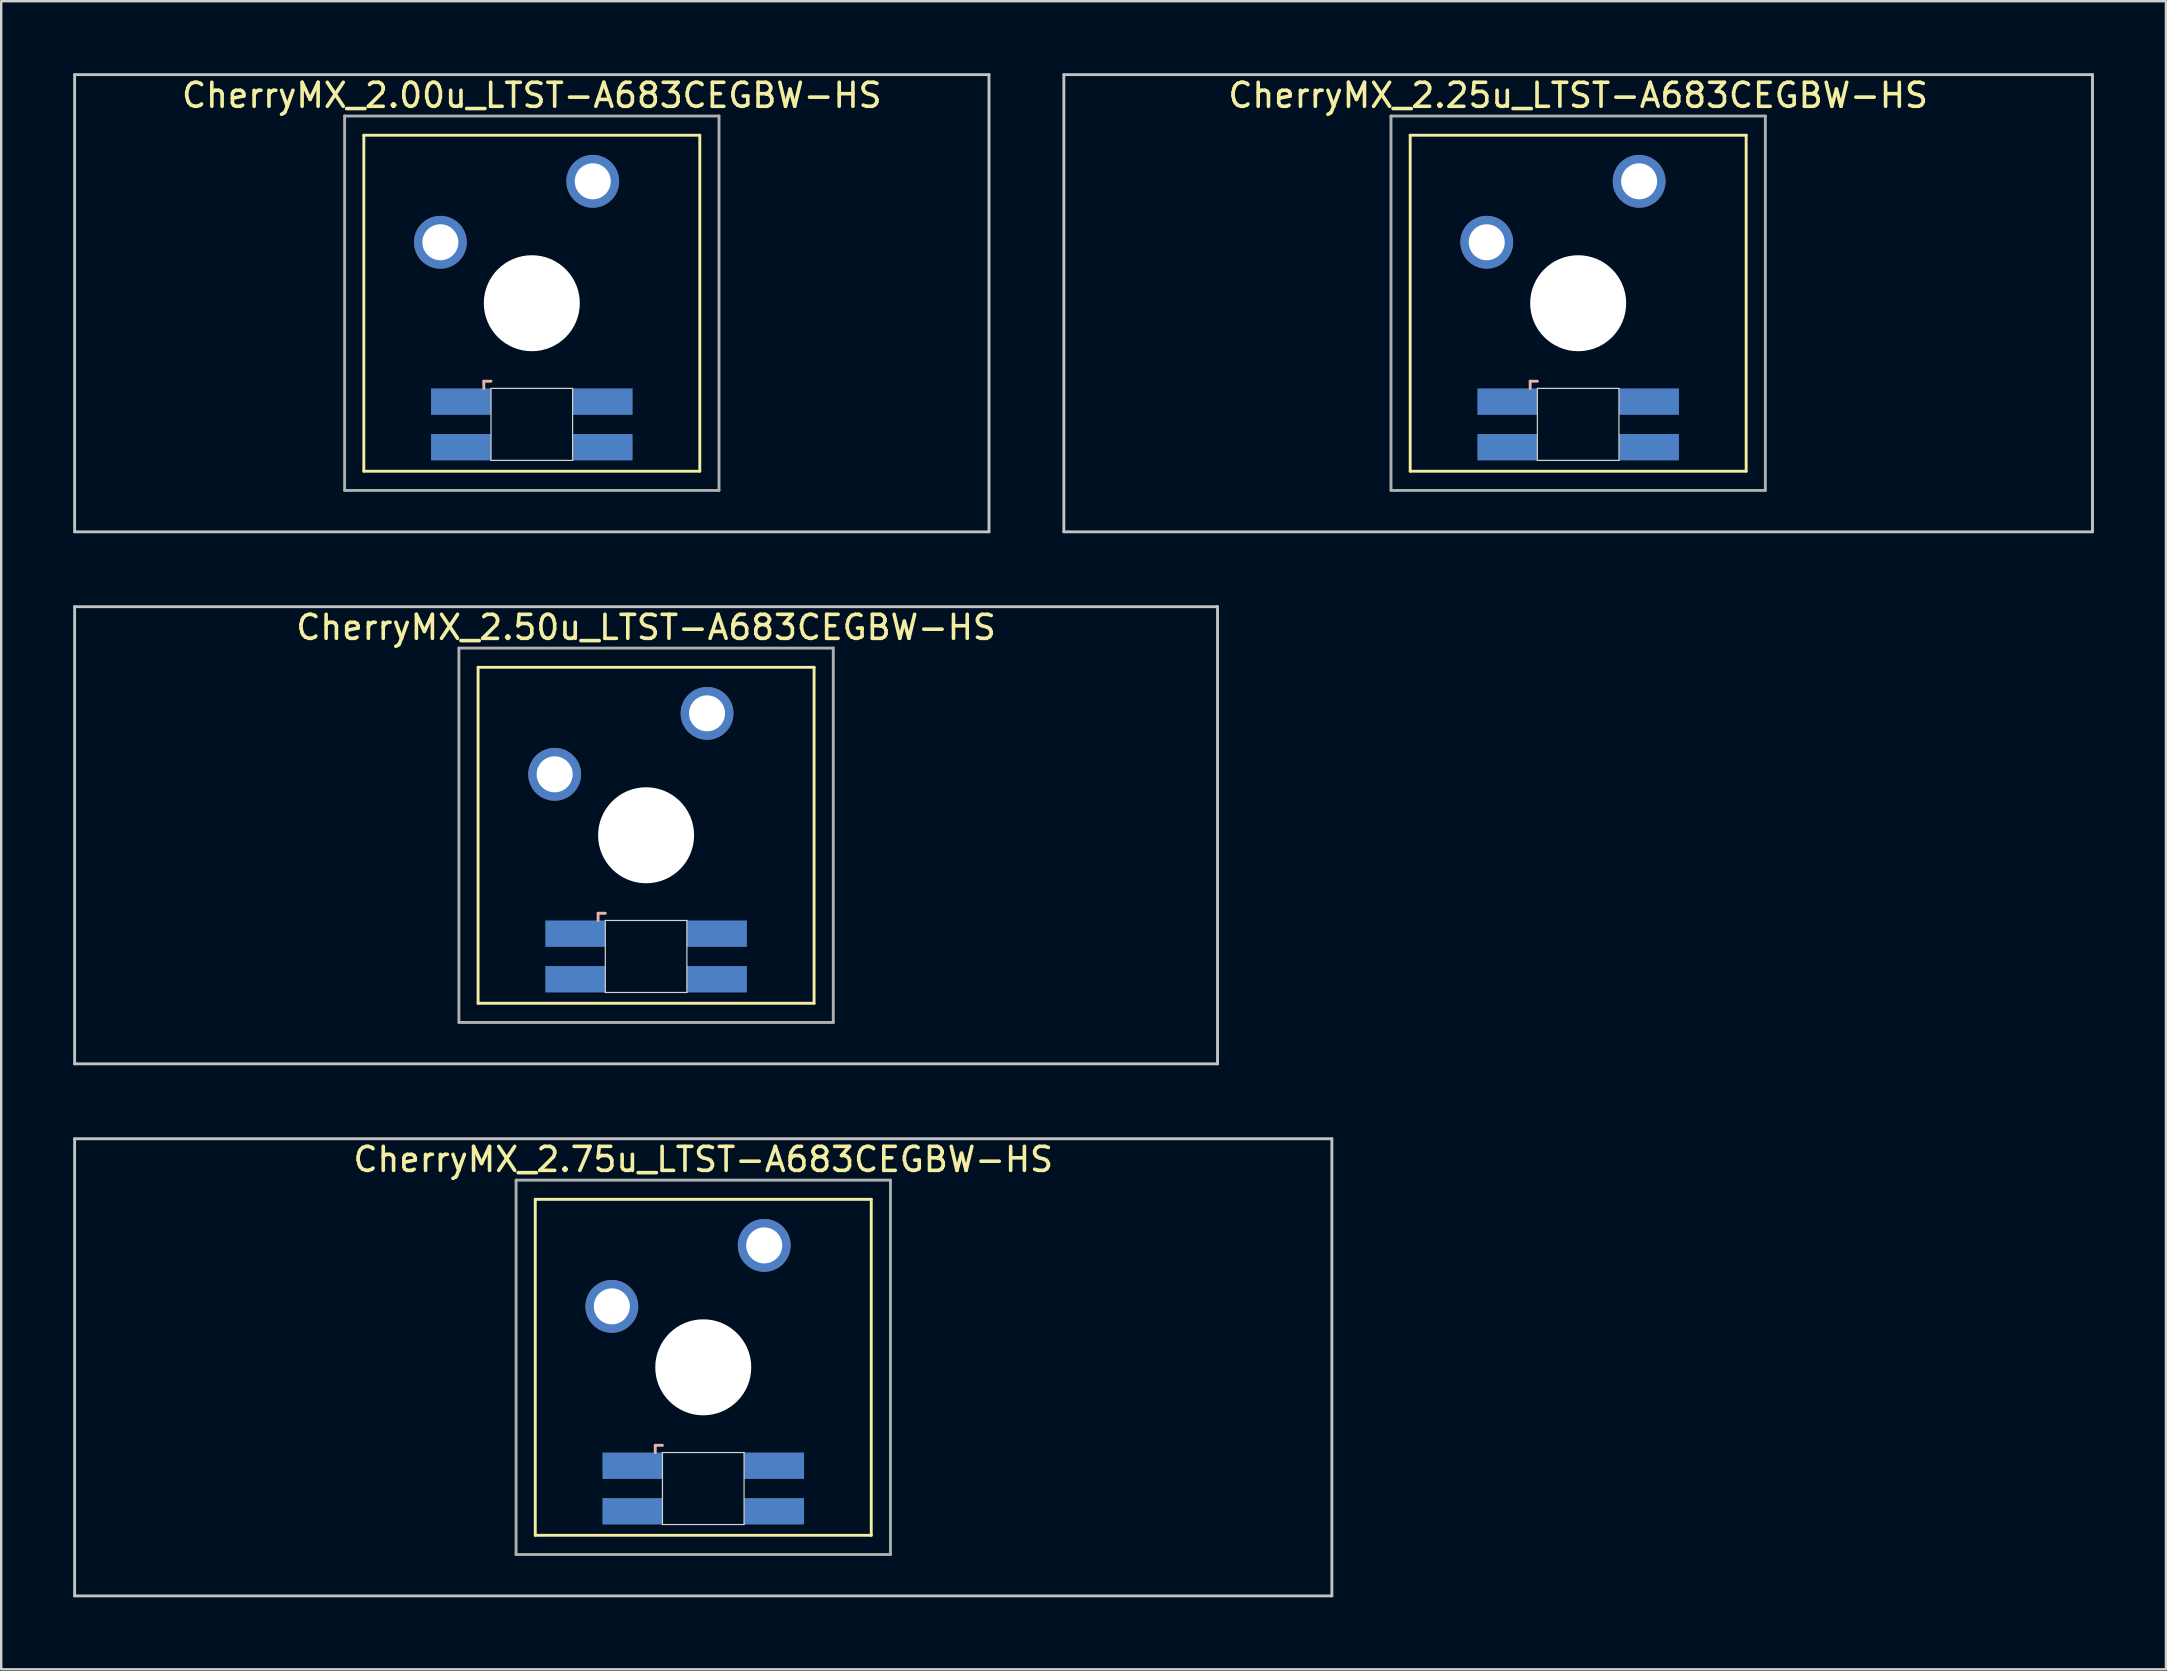
<source format=kicad_pcb>
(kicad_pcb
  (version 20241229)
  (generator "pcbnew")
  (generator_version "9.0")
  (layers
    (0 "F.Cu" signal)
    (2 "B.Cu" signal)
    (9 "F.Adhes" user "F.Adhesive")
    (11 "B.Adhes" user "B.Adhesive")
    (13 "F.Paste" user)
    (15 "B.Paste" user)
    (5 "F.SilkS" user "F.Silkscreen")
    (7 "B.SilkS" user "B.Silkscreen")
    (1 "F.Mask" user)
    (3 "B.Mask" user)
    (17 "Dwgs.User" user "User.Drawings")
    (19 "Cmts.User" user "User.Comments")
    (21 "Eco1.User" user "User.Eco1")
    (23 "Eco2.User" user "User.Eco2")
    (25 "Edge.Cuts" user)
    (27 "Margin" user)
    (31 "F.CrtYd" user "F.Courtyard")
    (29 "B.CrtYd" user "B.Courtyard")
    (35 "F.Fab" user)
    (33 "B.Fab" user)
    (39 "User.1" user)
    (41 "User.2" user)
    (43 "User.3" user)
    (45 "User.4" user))
  (footprint "CherryMX_2.00u_LTST-A683CEGBW-HS"
    (layer "F.Cu")
    (at 19.11 9.585)
    (property "Reference" "CherryMX_2.00u_LTST-A683CEGBW-HS" (at 0 -8.662 0) (layer "F.SilkS") (effects (font (size 1 1) (thickness 0.15))))
    (attr through_hole)
    (fp_line (start -7 -7) (end -7 7) (stroke (width 0.12) (type solid)) (layer "F.SilkS"))
    (fp_line (start -7 -7) (end 7 -7) (stroke (width 0.12) (type solid)) (layer "F.SilkS"))
    (fp_line (start 7 -7) (end 7 7) (stroke (width 0.12) (type solid)) (layer "F.SilkS"))
    (fp_line (start 7 7) (end -7 7) (stroke (width 0.12) (type solid)) (layer "F.SilkS"))
    (fp_line (start -2 3.25) (end -2 3.55) (stroke (width 0.12) (type solid)) (layer "B.SilkS"))
    (fp_line (start -1.7 3.25) (end -2 3.25) (stroke (width 0.12) (type solid)) (layer "B.SilkS"))
    (fp_line (start -19.05 -9.525) (end 19.05 -9.525) (stroke (width 0.12) (type solid)) (layer "Dwgs.User"))
    (fp_line (start -19.05 9.525) (end -19.05 -9.525) (stroke (width 0.12) (type solid)) (layer "Dwgs.User"))
    (fp_line (start 19.05 -9.525) (end 19.05 9.525) (stroke (width 0.12) (type solid)) (layer "Dwgs.User"))
    (fp_line (start 19.05 9.525) (end -19.05 9.525) (stroke (width 0.12) (type solid)) (layer "Dwgs.User"))
    (fp_line (start -1.7 3.55) (end 1.7 3.55) (stroke (width 0.05) (type solid)) (layer "Edge.Cuts"))
    (fp_line (start -1.7 6.55) (end -1.7 3.55) (stroke (width 0.05) (type solid)) (layer "Edge.Cuts"))
    (fp_line (start 1.7 3.55) (end 1.7 6.55) (stroke (width 0.05) (type solid)) (layer "Edge.Cuts"))
    (fp_line (start 1.7 6.55) (end -1.7 6.55) (stroke (width 0.05) (type solid)) (layer "Edge.Cuts"))
    (fp_line (start -7.8 -7.8) (end -7.8 7.8) (stroke (width 0.12) (type solid)) (layer "F.Fab"))
    (fp_line (start -7.8 -7.8) (end 7.8 -7.8) (stroke (width 0.12) (type solid)) (layer "F.Fab"))
    (fp_line (start -7.8 7.8) (end 7.8 7.8) (stroke (width 0.12) (type solid)) (layer "F.Fab"))
    (fp_line (start 7.8 -7.8) (end 7.8 7.8) (stroke (width 0.12) (type solid)) (layer "F.Fab"))
    (pad "" np_thru_hole circle (at 0 0) (size 4 4) (drill 4) (layers "*.Cu" "*.Mask"))
    (pad "1" thru_hole circle (at -3.81 -2.54) (size 2.2 2.2) (drill 1.5) (layers "*.Cu" "*.Mask"))
    (pad "2" thru_hole circle (at 2.54 -5.08) (size 2.2 2.2) (drill 1.5) (layers "*.Cu" "*.Mask"))
    (pad "3" smd rect (at -2.95 4.1) (size 2.5 1.1) (layers "B.Cu" "B.Mask" "B.Paste"))
    (pad "4" smd rect (at -2.95 6) (size 2.5 1.1) (layers "B.Cu" "B.Mask" "B.Paste"))
    (pad "5" smd rect (at 2.95 4.1) (size 2.5 1.1) (layers "B.Cu" "B.Mask" "B.Paste"))
    (pad "6" smd rect (at 2.95 6) (size 2.5 1.1) (layers "B.Cu" "B.Mask" "B.Paste")))
  (footprint "CherryMX_2.75u_LTST-A683CEGBW-HS"
    (layer "F.Cu")
    (at 26.254 53.925)
    (property "Reference" "CherryMX_2.75u_LTST-A683CEGBW-HS" (at 0 -8.662 0) (layer "F.SilkS") (effects (font (size 1 1) (thickness 0.15))))
    (attr through_hole)
    (fp_line (start -7 -7) (end -7 7) (stroke (width 0.12) (type solid)) (layer "F.SilkS"))
    (fp_line (start -7 -7) (end 7 -7) (stroke (width 0.12) (type solid)) (layer "F.SilkS"))
    (fp_line (start 7 -7) (end 7 7) (stroke (width 0.12) (type solid)) (layer "F.SilkS"))
    (fp_line (start 7 7) (end -7 7) (stroke (width 0.12) (type solid)) (layer "F.SilkS"))
    (fp_line (start -2 3.25) (end -2 3.55) (stroke (width 0.12) (type solid)) (layer "B.SilkS"))
    (fp_line (start -1.7 3.25) (end -2 3.25) (stroke (width 0.12) (type solid)) (layer "B.SilkS"))
    (fp_line (start -26.194 -9.525) (end 26.194 -9.525) (stroke (width 0.12) (type solid)) (layer "Dwgs.User"))
    (fp_line (start -26.194 9.525) (end -26.194 -9.525) (stroke (width 0.12) (type solid)) (layer "Dwgs.User"))
    (fp_line (start 26.194 -9.525) (end 26.194 9.525) (stroke (width 0.12) (type solid)) (layer "Dwgs.User"))
    (fp_line (start 26.194 9.525) (end -26.194 9.525) (stroke (width 0.12) (type solid)) (layer "Dwgs.User"))
    (fp_line (start -1.7 3.55) (end 1.7 3.55) (stroke (width 0.05) (type solid)) (layer "Edge.Cuts"))
    (fp_line (start -1.7 6.55) (end -1.7 3.55) (stroke (width 0.05) (type solid)) (layer "Edge.Cuts"))
    (fp_line (start 1.7 3.55) (end 1.7 6.55) (stroke (width 0.05) (type solid)) (layer "Edge.Cuts"))
    (fp_line (start 1.7 6.55) (end -1.7 6.55) (stroke (width 0.05) (type solid)) (layer "Edge.Cuts"))
    (fp_line (start -7.8 -7.8) (end -7.8 7.8) (stroke (width 0.12) (type solid)) (layer "F.Fab"))
    (fp_line (start -7.8 -7.8) (end 7.8 -7.8) (stroke (width 0.12) (type solid)) (layer "F.Fab"))
    (fp_line (start -7.8 7.8) (end 7.8 7.8) (stroke (width 0.12) (type solid)) (layer "F.Fab"))
    (fp_line (start 7.8 -7.8) (end 7.8 7.8) (stroke (width 0.12) (type solid)) (layer "F.Fab"))
    (pad "" np_thru_hole circle (at 0 0) (size 4 4) (drill 4) (layers "*.Cu" "*.Mask"))
    (pad "1" thru_hole circle (at -3.81 -2.54) (size 2.2 2.2) (drill 1.5) (layers "*.Cu" "*.Mask"))
    (pad "2" thru_hole circle (at 2.54 -5.08) (size 2.2 2.2) (drill 1.5) (layers "*.Cu" "*.Mask"))
    (pad "3" smd rect (at -2.95 4.1) (size 2.5 1.1) (layers "B.Cu" "B.Mask" "B.Paste"))
    (pad "4" smd rect (at -2.95 6) (size 2.5 1.1) (layers "B.Cu" "B.Mask" "B.Paste"))
    (pad "5" smd rect (at 2.95 4.1) (size 2.5 1.1) (layers "B.Cu" "B.Mask" "B.Paste"))
    (pad "6" smd rect (at 2.95 6) (size 2.5 1.1) (layers "B.Cu" "B.Mask" "B.Paste")))
  (footprint "CherryMX_2.25u_LTST-A683CEGBW-HS"
    (layer "F.Cu")
    (at 62.711 9.585)
    (property "Reference" "CherryMX_2.25u_LTST-A683CEGBW-HS" (at 0 -8.662 0) (layer "F.SilkS") (effects (font (size 1 1) (thickness 0.15))))
    (attr through_hole)
    (fp_line (start -7 -7) (end -7 7) (stroke (width 0.12) (type solid)) (layer "F.SilkS"))
    (fp_line (start -7 -7) (end 7 -7) (stroke (width 0.12) (type solid)) (layer "F.SilkS"))
    (fp_line (start 7 -7) (end 7 7) (stroke (width 0.12) (type solid)) (layer "F.SilkS"))
    (fp_line (start 7 7) (end -7 7) (stroke (width 0.12) (type solid)) (layer "F.SilkS"))
    (fp_line (start -2 3.25) (end -2 3.55) (stroke (width 0.12) (type solid)) (layer "B.SilkS"))
    (fp_line (start -1.7 3.25) (end -2 3.25) (stroke (width 0.12) (type solid)) (layer "B.SilkS"))
    (fp_line (start -21.431 -9.525) (end 21.431 -9.525) (stroke (width 0.12) (type solid)) (layer "Dwgs.User"))
    (fp_line (start -21.431 9.525) (end -21.431 -9.525) (stroke (width 0.12) (type solid)) (layer "Dwgs.User"))
    (fp_line (start 21.431 -9.525) (end 21.431 9.525) (stroke (width 0.12) (type solid)) (layer "Dwgs.User"))
    (fp_line (start 21.431 9.525) (end -21.431 9.525) (stroke (width 0.12) (type solid)) (layer "Dwgs.User"))
    (fp_line (start -1.7 3.55) (end 1.7 3.55) (stroke (width 0.05) (type solid)) (layer "Edge.Cuts"))
    (fp_line (start -1.7 6.55) (end -1.7 3.55) (stroke (width 0.05) (type solid)) (layer "Edge.Cuts"))
    (fp_line (start 1.7 3.55) (end 1.7 6.55) (stroke (width 0.05) (type solid)) (layer "Edge.Cuts"))
    (fp_line (start 1.7 6.55) (end -1.7 6.55) (stroke (width 0.05) (type solid)) (layer "Edge.Cuts"))
    (fp_line (start -7.8 -7.8) (end -7.8 7.8) (stroke (width 0.12) (type solid)) (layer "F.Fab"))
    (fp_line (start -7.8 -7.8) (end 7.8 -7.8) (stroke (width 0.12) (type solid)) (layer "F.Fab"))
    (fp_line (start -7.8 7.8) (end 7.8 7.8) (stroke (width 0.12) (type solid)) (layer "F.Fab"))
    (fp_line (start 7.8 -7.8) (end 7.8 7.8) (stroke (width 0.12) (type solid)) (layer "F.Fab"))
    (pad "" np_thru_hole circle (at 0 0) (size 4 4) (drill 4) (layers "*.Cu" "*.Mask"))
    (pad "1" thru_hole circle (at -3.81 -2.54) (size 2.2 2.2) (drill 1.5) (layers "*.Cu" "*.Mask"))
    (pad "2" thru_hole circle (at 2.54 -5.08) (size 2.2 2.2) (drill 1.5) (layers "*.Cu" "*.Mask"))
    (pad "3" smd rect (at -2.95 4.1) (size 2.5 1.1) (layers "B.Cu" "B.Mask" "B.Paste"))
    (pad "4" smd rect (at -2.95 6) (size 2.5 1.1) (layers "B.Cu" "B.Mask" "B.Paste"))
    (pad "5" smd rect (at 2.95 4.1) (size 2.5 1.1) (layers "B.Cu" "B.Mask" "B.Paste"))
    (pad "6" smd rect (at 2.95 6) (size 2.5 1.1) (layers "B.Cu" "B.Mask" "B.Paste")))
  (footprint "CherryMX_2.50u_LTST-A683CEGBW-HS"
    (layer "F.Cu")
    (at 23.872 31.755)
    (property "Reference" "CherryMX_2.50u_LTST-A683CEGBW-HS" (at 0 -8.662 0) (layer "F.SilkS") (effects (font (size 1 1) (thickness 0.15))))
    (attr through_hole)
    (fp_line (start -7 -7) (end -7 7) (stroke (width 0.12) (type solid)) (layer "F.SilkS"))
    (fp_line (start -7 -7) (end 7 -7) (stroke (width 0.12) (type solid)) (layer "F.SilkS"))
    (fp_line (start 7 -7) (end 7 7) (stroke (width 0.12) (type solid)) (layer "F.SilkS"))
    (fp_line (start 7 7) (end -7 7) (stroke (width 0.12) (type solid)) (layer "F.SilkS"))
    (fp_line (start -2 3.25) (end -2 3.55) (stroke (width 0.12) (type solid)) (layer "B.SilkS"))
    (fp_line (start -1.7 3.25) (end -2 3.25) (stroke (width 0.12) (type solid)) (layer "B.SilkS"))
    (fp_line (start -23.812 -9.525) (end 23.812 -9.525) (stroke (width 0.12) (type solid)) (layer "Dwgs.User"))
    (fp_line (start -23.812 9.525) (end -23.812 -9.525) (stroke (width 0.12) (type solid)) (layer "Dwgs.User"))
    (fp_line (start 23.812 -9.525) (end 23.812 9.525) (stroke (width 0.12) (type solid)) (layer "Dwgs.User"))
    (fp_line (start 23.812 9.525) (end -23.812 9.525) (stroke (width 0.12) (type solid)) (layer "Dwgs.User"))
    (fp_line (start -1.7 3.55) (end 1.7 3.55) (stroke (width 0.05) (type solid)) (layer "Edge.Cuts"))
    (fp_line (start -1.7 6.55) (end -1.7 3.55) (stroke (width 0.05) (type solid)) (layer "Edge.Cuts"))
    (fp_line (start 1.7 3.55) (end 1.7 6.55) (stroke (width 0.05) (type solid)) (layer "Edge.Cuts"))
    (fp_line (start 1.7 6.55) (end -1.7 6.55) (stroke (width 0.05) (type solid)) (layer "Edge.Cuts"))
    (fp_line (start -7.8 -7.8) (end -7.8 7.8) (stroke (width 0.12) (type solid)) (layer "F.Fab"))
    (fp_line (start -7.8 -7.8) (end 7.8 -7.8) (stroke (width 0.12) (type solid)) (layer "F.Fab"))
    (fp_line (start -7.8 7.8) (end 7.8 7.8) (stroke (width 0.12) (type solid)) (layer "F.Fab"))
    (fp_line (start 7.8 -7.8) (end 7.8 7.8) (stroke (width 0.12) (type solid)) (layer "F.Fab"))
    (pad "" np_thru_hole circle (at 0 0) (size 4 4) (drill 4) (layers "*.Cu" "*.Mask"))
    (pad "1" thru_hole circle (at -3.81 -2.54) (size 2.2 2.2) (drill 1.5) (layers "*.Cu" "*.Mask"))
    (pad "2" thru_hole circle (at 2.54 -5.08) (size 2.2 2.2) (drill 1.5) (layers "*.Cu" "*.Mask"))
    (pad "3" smd rect (at -2.95 4.1) (size 2.5 1.1) (layers "B.Cu" "B.Mask" "B.Paste"))
    (pad "4" smd rect (at -2.95 6) (size 2.5 1.1) (layers "B.Cu" "B.Mask" "B.Paste"))
    (pad "5" smd rect (at 2.95 4.1) (size 2.5 1.1) (layers "B.Cu" "B.Mask" "B.Paste"))
    (pad "6" smd rect (at 2.95 6) (size 2.5 1.1) (layers "B.Cu" "B.Mask" "B.Paste")))
  (gr_rect
    (start -3 -3)
    (end 87.203 66.51)
    (stroke (width 0.1) (type default))
    (fill no)
    (layer "Edge.Cuts")))
</source>
